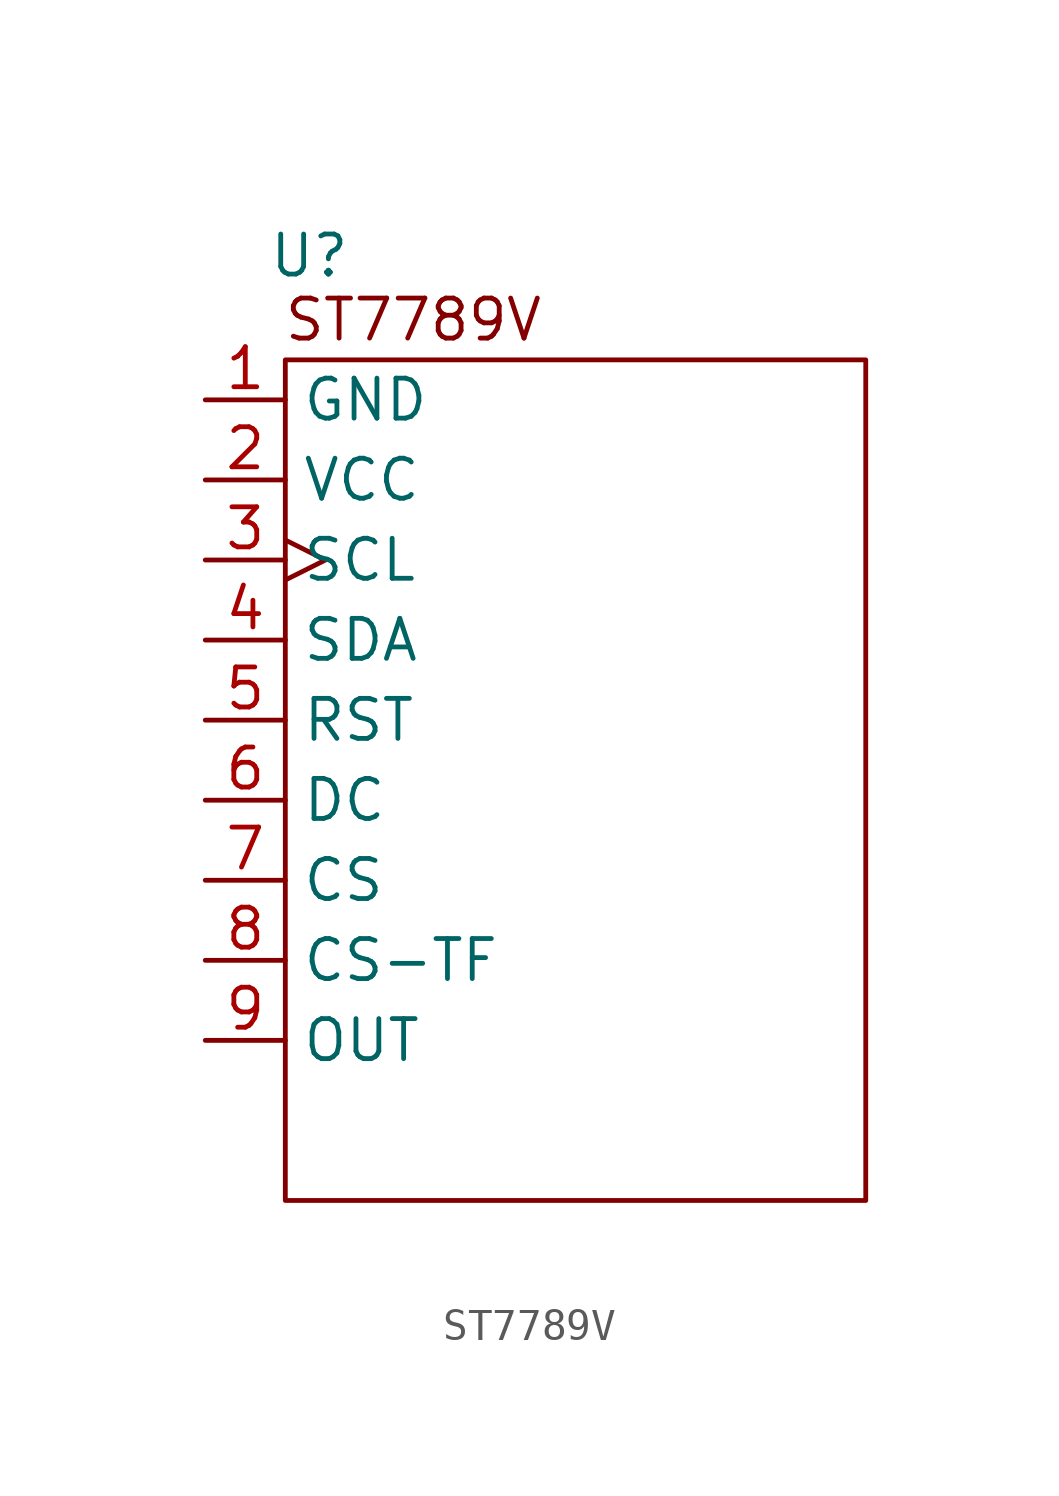
<source format=kicad_sym>
(kicad_symbol_lib
  (version 20231120)
  (generator "kicad_symbol_editor")
  (generator_version "8.0")
  (symbol "ST7789V"
    (property "Reference" "U"
      (at -1.778 0.762 0)
      (effects (font (size 1.27 1.27))))
    (property "Value" ""
      (at 0 0 0)
      (effects (font (size 1.27 1.27))))
    (symbol "ST7789V_0_1"
      (rectangle (start -2.54 -2.54) (end 15.875 -29.21) (stroke (width 0) (type default)) (fill (type none))))
    (symbol "ST7789V_1_1"
      (text "ST7789V" (at 1.524 -1.27 0) (effects (font (size 1.27 1.27))))
      (pin power_in line (at -5.08 -3.81 0) (length 2.54) (name "GND" (effects (font (size 1.27 1.27)))) (number "1" (effects (font (size 1.27 1.27)))))
      (pin power_in line (at -5.08 -6.35 0) (length 2.54) (name "VCC" (effects (font (size 1.27 1.27)))) (number "2" (effects (font (size 1.27 1.27)))))
      (pin input clock (at -5.08 -8.89 0) (length 2.54) (name "SCL" (effects (font (size 1.27 1.27)))) (number "3" (effects (font (size 1.27 1.27)))))
      (pin output line (at -5.08 -11.43 0) (length 2.54) (name "SDA" (effects (font (size 1.27 1.27)))) (number "4" (effects (font (size 1.27 1.27)))))
      (pin input line (at -5.08 -13.97 0) (length 2.54) (name "RST" (effects (font (size 1.27 1.27)))) (number "5" (effects (font (size 1.27 1.27)))))
      (pin input line (at -5.08 -16.51 0) (length 2.54) (name "DC" (effects (font (size 1.27 1.27)))) (number "6" (effects (font (size 1.27 1.27)))))
      (pin input line (at -5.08 -19.05 0) (length 2.54) (name "CS" (effects (font (size 1.27 1.27)))) (number "7" (effects (font (size 1.27 1.27)))))
      (pin input line (at -5.08 -21.59 0) (length 2.54) (name "CS-TF" (effects (font (size 1.27 1.27)))) (number "8" (effects (font (size 1.27 1.27)))))
      (pin input line (at -5.08 -24.13 0) (length 2.54) (name "OUT" (effects (font (size 1.27 1.27)))) (number "9" (effects (font (size 1.27 1.27))))))))
</source>
